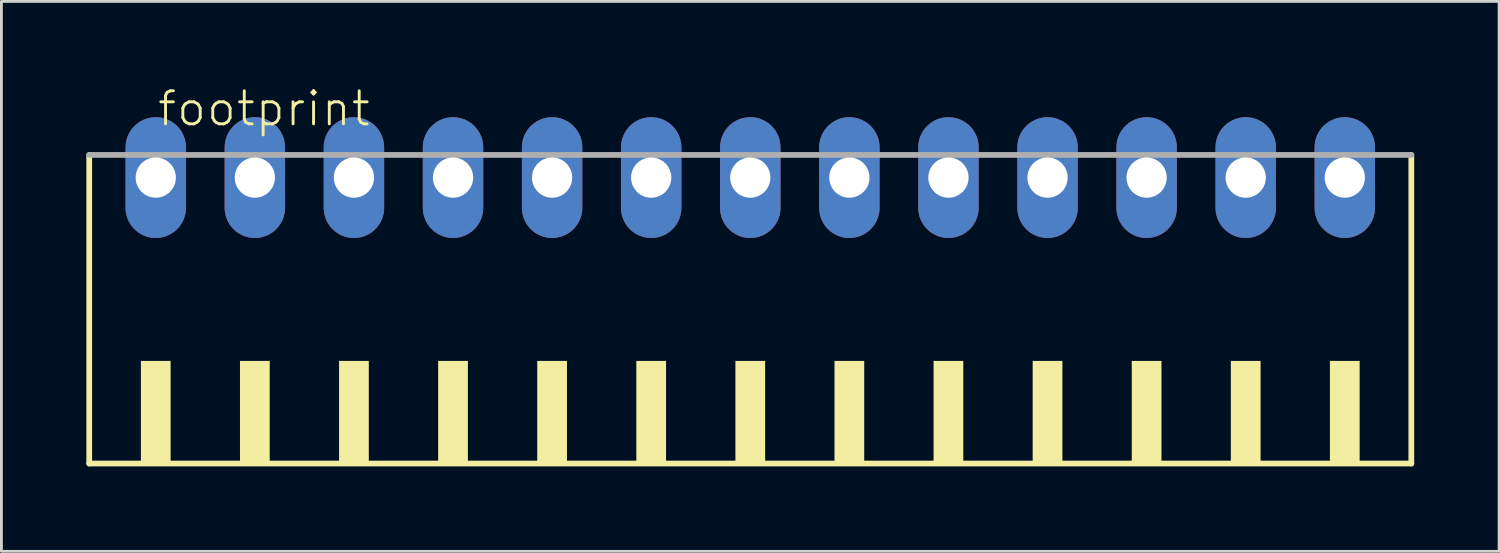
<source format=kicad_pcb>
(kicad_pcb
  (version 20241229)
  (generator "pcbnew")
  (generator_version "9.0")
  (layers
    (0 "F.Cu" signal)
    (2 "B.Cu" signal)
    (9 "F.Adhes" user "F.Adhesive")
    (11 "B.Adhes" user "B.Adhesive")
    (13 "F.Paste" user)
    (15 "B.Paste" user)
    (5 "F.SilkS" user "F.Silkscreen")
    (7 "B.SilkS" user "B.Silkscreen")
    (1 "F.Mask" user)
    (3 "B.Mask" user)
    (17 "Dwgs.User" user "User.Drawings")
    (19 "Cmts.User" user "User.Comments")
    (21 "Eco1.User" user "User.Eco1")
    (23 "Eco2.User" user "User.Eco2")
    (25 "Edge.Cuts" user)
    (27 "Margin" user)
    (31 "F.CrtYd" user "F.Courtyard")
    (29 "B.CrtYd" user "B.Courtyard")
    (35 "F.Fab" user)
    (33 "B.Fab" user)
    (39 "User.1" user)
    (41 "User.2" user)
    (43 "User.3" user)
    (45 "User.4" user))
  (footprint "footprint"
    (layer "F.Cu")
    (at 23.452 8.473)
    (property "Reference" "footprint" (at -21 -7 0) (layer "F.SilkS") (effects (font (size 1.168 1.168) (thickness 0.102)) (justify left bottom)))
    (fp_line (start -23.35 -6.05) (end -23.35 4.85) (stroke (width 0.203) (type solid)) (layer "F.SilkS"))
    (fp_line (start -23.35 4.85) (end 23.35 4.85) (stroke (width 0.203) (type solid)) (layer "F.SilkS"))
    (fp_line (start 23.35 4.85) (end 23.35 -6.05) (stroke (width 0.203) (type solid)) (layer "F.SilkS"))
    (fp_poly (pts (xy -21.525 4.9) (xy -20.475 4.9) (xy -20.475 1.225) (xy -21.525 1.225)) (stroke (width 0) (type solid)) (fill yes) (layer "F.SilkS"))
    (fp_poly (pts (xy -18.025 4.9) (xy -16.975 4.9) (xy -16.975 1.225) (xy -18.025 1.225)) (stroke (width 0) (type solid)) (fill yes) (layer "F.SilkS"))
    (fp_poly (pts (xy -14.525 4.9) (xy -13.475 4.9) (xy -13.475 1.225) (xy -14.525 1.225)) (stroke (width 0) (type solid)) (fill yes) (layer "F.SilkS"))
    (fp_poly (pts (xy -11.025 4.9) (xy -9.975 4.9) (xy -9.975 1.225) (xy -11.025 1.225)) (stroke (width 0) (type solid)) (fill yes) (layer "F.SilkS"))
    (fp_poly (pts (xy -7.525 4.9) (xy -6.475 4.9) (xy -6.475 1.225) (xy -7.525 1.225)) (stroke (width 0) (type solid)) (fill yes) (layer "F.SilkS"))
    (fp_poly (pts (xy -4.025 4.9) (xy -2.975 4.9) (xy -2.975 1.225) (xy -4.025 1.225)) (stroke (width 0) (type solid)) (fill yes) (layer "F.SilkS"))
    (fp_poly (pts (xy -0.525 4.9) (xy 0.525 4.9) (xy 0.525 1.225) (xy -0.525 1.225)) (stroke (width 0) (type solid)) (fill yes) (layer "F.SilkS"))
    (fp_poly (pts (xy 2.975 4.9) (xy 4.025 4.9) (xy 4.025 1.225) (xy 2.975 1.225)) (stroke (width 0) (type solid)) (fill yes) (layer "F.SilkS"))
    (fp_poly (pts (xy 6.475 4.9) (xy 7.525 4.9) (xy 7.525 1.225) (xy 6.475 1.225)) (stroke (width 0) (type solid)) (fill yes) (layer "F.SilkS"))
    (fp_poly (pts (xy 9.975 4.9) (xy 11.025 4.9) (xy 11.025 1.225) (xy 9.975 1.225)) (stroke (width 0) (type solid)) (fill yes) (layer "F.SilkS"))
    (fp_poly (pts (xy 13.475 4.9) (xy 14.525 4.9) (xy 14.525 1.225) (xy 13.475 1.225)) (stroke (width 0) (type solid)) (fill yes) (layer "F.SilkS"))
    (fp_poly (pts (xy 16.975 4.9) (xy 18.025 4.9) (xy 18.025 1.225) (xy 16.975 1.225)) (stroke (width 0) (type solid)) (fill yes) (layer "F.SilkS"))
    (fp_poly (pts (xy 20.475 4.9) (xy 21.525 4.9) (xy 21.525 1.225) (xy 20.475 1.225)) (stroke (width 0) (type solid)) (fill yes) (layer "F.SilkS"))
    (fp_line (start 23.35 -6.05) (end -23.35 -6.05) (stroke (width 0.203) (type solid)) (layer "F.Fab"))
    (pad "1" thru_hole oval (at -21 -5.25 90) (size 4.267 2.134) (drill 1.422) (layers "*.Cu" "*.Mask"))
    (pad "2" thru_hole oval (at -17.5 -5.25 90) (size 4.267 2.134) (drill 1.422) (layers "*.Cu" "*.Mask"))
    (pad "3" thru_hole oval (at -14 -5.25 90) (size 4.267 2.134) (drill 1.422) (layers "*.Cu" "*.Mask"))
    (pad "4" thru_hole oval (at -10.5 -5.25 90) (size 4.267 2.134) (drill 1.422) (layers "*.Cu" "*.Mask"))
    (pad "5" thru_hole oval (at -7 -5.25 90) (size 4.267 2.134) (drill 1.422) (layers "*.Cu" "*.Mask"))
    (pad "6" thru_hole oval (at -3.5 -5.25 90) (size 4.267 2.134) (drill 1.422) (layers "*.Cu" "*.Mask"))
    (pad "7" thru_hole oval (at 0 -5.25 90) (size 4.267 2.134) (drill 1.422) (layers "*.Cu" "*.Mask"))
    (pad "8" thru_hole oval (at 3.5 -5.25 90) (size 4.267 2.134) (drill 1.422) (layers "*.Cu" "*.Mask"))
    (pad "9" thru_hole oval (at 7 -5.25 90) (size 4.267 2.134) (drill 1.422) (layers "*.Cu" "*.Mask"))
    (pad "10" thru_hole oval (at 10.5 -5.25 90) (size 4.267 2.134) (drill 1.422) (layers "*.Cu" "*.Mask"))
    (pad "11" thru_hole oval (at 14 -5.25 90) (size 4.267 2.134) (drill 1.422) (layers "*.Cu" "*.Mask"))
    (pad "12" thru_hole oval (at 17.5 -5.25 90) (size 4.267 2.134) (drill 1.422) (layers "*.Cu" "*.Mask"))
    (pad "13" thru_hole oval (at 21 -5.25 90) (size 4.267 2.134) (drill 1.422) (layers "*.Cu" "*.Mask")))
  (gr_rect
    (start -3 -3)
    (end 49.903 16.425)
    (stroke (width 0.1) (type default))
    (fill no)
    (layer "Edge.Cuts")))
</source>
